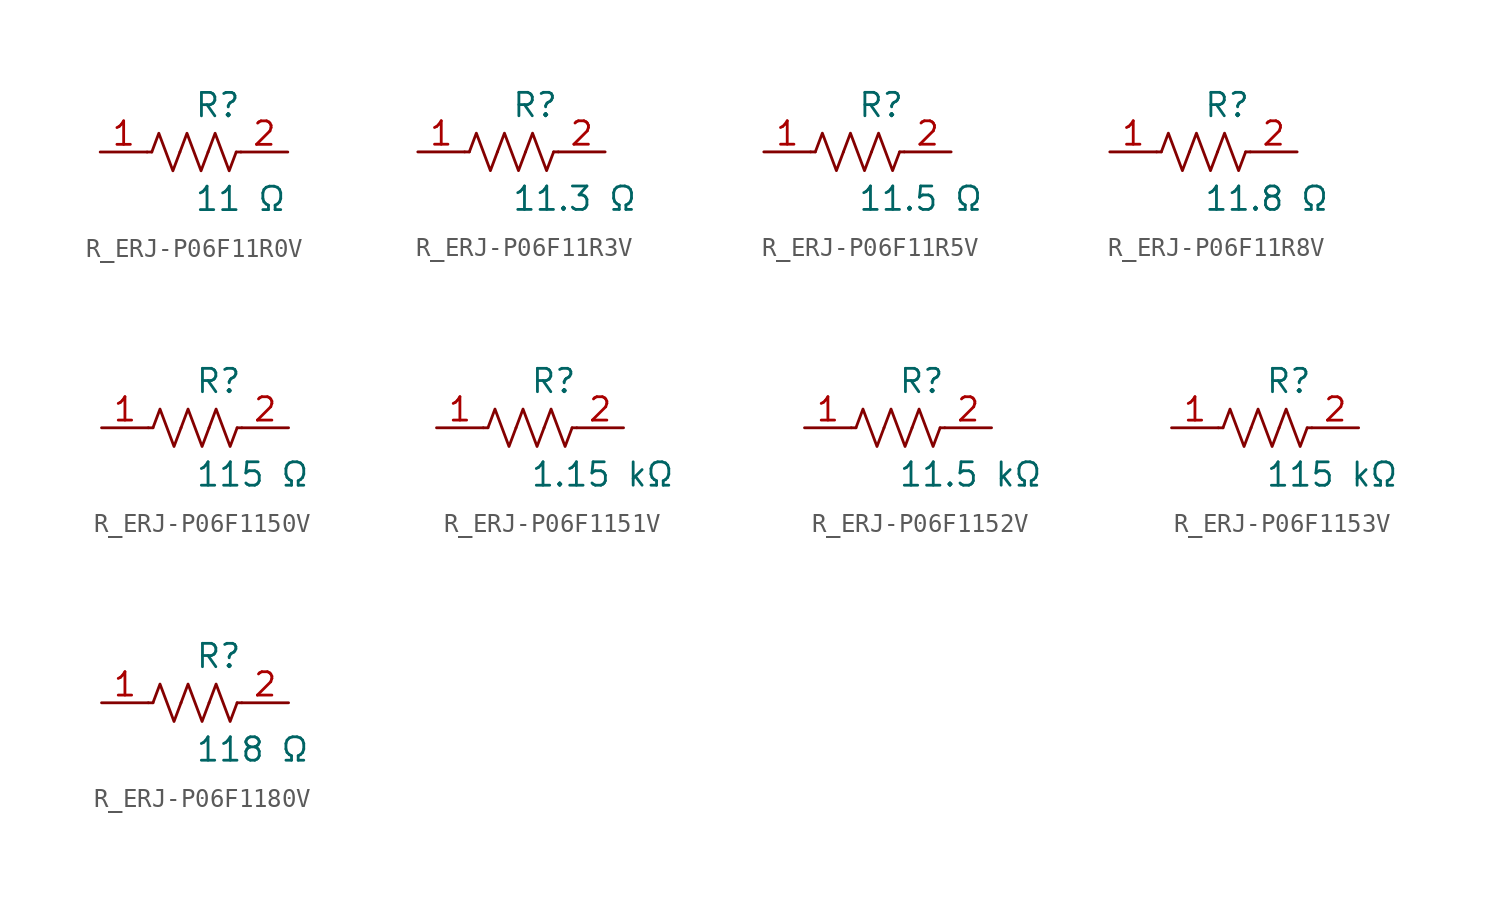
<source format=kicad_sym>
(kicad_symbol_lib
  (version 20231120)
  (generator kicad_symbol_editor)
  (generator_version 8.0)
  (symbol "R_ERJ-P06F11R0V"
    (pin_names
      (offset 0.254))
    (property "Reference" "R"
      (at 0 2.54 0)
      (effects (font (size 1.27 1.27)) (justify left)))
    (property "Value" "11 Ω"
      (at 0 -2.54 0)
      (effects (font (size 1.27 1.27)) (justify left)))
    (symbol "R_ERJ-P06F11R0V_0_1"
      (polyline (pts (xy 2.286 0) (xy 2.54 0)) (stroke (width 0) (type default)) (fill (type none)))
      (polyline (pts (xy -2.286 0) (xy -2.54 0)) (stroke (width 0) (type default)) (fill (type none)))
      (polyline (pts (xy 0.762 0) (xy 1.143 1.016) (xy 1.524 0) (xy 1.905 -1.016) (xy 2.286 0)) (stroke (width 0) (type default)) (fill (type none)))
      (polyline (pts (xy -0.762 0) (xy -0.381 1.016) (xy 0 0) (xy 0.381 -1.016) (xy 0.762 0)) (stroke (width 0) (type default)) (fill (type none)))
      (polyline (pts (xy -2.286 0) (xy -1.905 1.016) (xy -1.524 0) (xy -1.143 -1.016) (xy -0.762 0)) (stroke (width 0) (type default)) (fill (type none))))
    (pin passive line
      (at -5.08 0 0)
      (length 2.54)
      (name "" (effects (font (size 1.27 1.27))))
      (number "1" (effects (font (size 1.27 1.27)))))
    (pin passive line
      (at 5.08 0 180)
      (length 2.54)
      (name "" (effects (font (size 1.27 1.27))))
      (number "2" (effects (font (size 1.27 1.27))))))
  (symbol "R_ERJ-P06F11R3V"
    (pin_names
      (offset 0.254))
    (property "Reference" "R"
      (at 0 2.54 0)
      (effects (font (size 1.27 1.27)) (justify left)))
    (property "Value" "11.3 Ω"
      (at 0 -2.54 0)
      (effects (font (size 1.27 1.27)) (justify left)))
    (symbol "R_ERJ-P06F11R3V_0_1"
      (polyline (pts (xy 2.286 0) (xy 2.54 0)) (stroke (width 0) (type default)) (fill (type none)))
      (polyline (pts (xy -2.286 0) (xy -2.54 0)) (stroke (width 0) (type default)) (fill (type none)))
      (polyline (pts (xy 0.762 0) (xy 1.143 1.016) (xy 1.524 0) (xy 1.905 -1.016) (xy 2.286 0)) (stroke (width 0) (type default)) (fill (type none)))
      (polyline (pts (xy -0.762 0) (xy -0.381 1.016) (xy 0 0) (xy 0.381 -1.016) (xy 0.762 0)) (stroke (width 0) (type default)) (fill (type none)))
      (polyline (pts (xy -2.286 0) (xy -1.905 1.016) (xy -1.524 0) (xy -1.143 -1.016) (xy -0.762 0)) (stroke (width 0) (type default)) (fill (type none))))
    (pin passive line
      (at -5.08 0 0)
      (length 2.54)
      (name "" (effects (font (size 1.27 1.27))))
      (number "1" (effects (font (size 1.27 1.27)))))
    (pin passive line
      (at 5.08 0 180)
      (length 2.54)
      (name "" (effects (font (size 1.27 1.27))))
      (number "2" (effects (font (size 1.27 1.27))))))
  (symbol "R_ERJ-P06F11R5V"
    (pin_names
      (offset 0.254))
    (property "Reference" "R"
      (at 0 2.54 0)
      (effects (font (size 1.27 1.27)) (justify left)))
    (property "Value" "11.5 Ω"
      (at 0 -2.54 0)
      (effects (font (size 1.27 1.27)) (justify left)))
    (symbol "R_ERJ-P06F11R5V_0_1"
      (polyline (pts (xy 2.286 0) (xy 2.54 0)) (stroke (width 0) (type default)) (fill (type none)))
      (polyline (pts (xy -2.286 0) (xy -2.54 0)) (stroke (width 0) (type default)) (fill (type none)))
      (polyline (pts (xy 0.762 0) (xy 1.143 1.016) (xy 1.524 0) (xy 1.905 -1.016) (xy 2.286 0)) (stroke (width 0) (type default)) (fill (type none)))
      (polyline (pts (xy -0.762 0) (xy -0.381 1.016) (xy 0 0) (xy 0.381 -1.016) (xy 0.762 0)) (stroke (width 0) (type default)) (fill (type none)))
      (polyline (pts (xy -2.286 0) (xy -1.905 1.016) (xy -1.524 0) (xy -1.143 -1.016) (xy -0.762 0)) (stroke (width 0) (type default)) (fill (type none))))
    (pin passive line
      (at -5.08 0 0)
      (length 2.54)
      (name "" (effects (font (size 1.27 1.27))))
      (number "1" (effects (font (size 1.27 1.27)))))
    (pin passive line
      (at 5.08 0 180)
      (length 2.54)
      (name "" (effects (font (size 1.27 1.27))))
      (number "2" (effects (font (size 1.27 1.27))))))
  (symbol "R_ERJ-P06F11R8V"
    (pin_names
      (offset 0.254))
    (property "Reference" "R"
      (at 0 2.54 0)
      (effects (font (size 1.27 1.27)) (justify left)))
    (property "Value" "11.8 Ω"
      (at 0 -2.54 0)
      (effects (font (size 1.27 1.27)) (justify left)))
    (symbol "R_ERJ-P06F11R8V_0_1"
      (polyline (pts (xy 2.286 0) (xy 2.54 0)) (stroke (width 0) (type default)) (fill (type none)))
      (polyline (pts (xy -2.286 0) (xy -2.54 0)) (stroke (width 0) (type default)) (fill (type none)))
      (polyline (pts (xy 0.762 0) (xy 1.143 1.016) (xy 1.524 0) (xy 1.905 -1.016) (xy 2.286 0)) (stroke (width 0) (type default)) (fill (type none)))
      (polyline (pts (xy -0.762 0) (xy -0.381 1.016) (xy 0 0) (xy 0.381 -1.016) (xy 0.762 0)) (stroke (width 0) (type default)) (fill (type none)))
      (polyline (pts (xy -2.286 0) (xy -1.905 1.016) (xy -1.524 0) (xy -1.143 -1.016) (xy -0.762 0)) (stroke (width 0) (type default)) (fill (type none))))
    (pin passive line
      (at -5.08 0 0)
      (length 2.54)
      (name "" (effects (font (size 1.27 1.27))))
      (number "1" (effects (font (size 1.27 1.27)))))
    (pin passive line
      (at 5.08 0 180)
      (length 2.54)
      (name "" (effects (font (size 1.27 1.27))))
      (number "2" (effects (font (size 1.27 1.27))))))
  (symbol "R_ERJ-P06F1150V"
    (pin_names
      (offset 0.254))
    (property "Reference" "R"
      (at 0 2.54 0)
      (effects (font (size 1.27 1.27)) (justify left)))
    (property "Value" "115 Ω"
      (at 0 -2.54 0)
      (effects (font (size 1.27 1.27)) (justify left)))
    (symbol "R_ERJ-P06F1150V_0_1"
      (polyline (pts (xy 2.286 0) (xy 2.54 0)) (stroke (width 0) (type default)) (fill (type none)))
      (polyline (pts (xy -2.286 0) (xy -2.54 0)) (stroke (width 0) (type default)) (fill (type none)))
      (polyline (pts (xy 0.762 0) (xy 1.143 1.016) (xy 1.524 0) (xy 1.905 -1.016) (xy 2.286 0)) (stroke (width 0) (type default)) (fill (type none)))
      (polyline (pts (xy -0.762 0) (xy -0.381 1.016) (xy 0 0) (xy 0.381 -1.016) (xy 0.762 0)) (stroke (width 0) (type default)) (fill (type none)))
      (polyline (pts (xy -2.286 0) (xy -1.905 1.016) (xy -1.524 0) (xy -1.143 -1.016) (xy -0.762 0)) (stroke (width 0) (type default)) (fill (type none))))
    (pin passive line
      (at -5.08 0 0)
      (length 2.54)
      (name "" (effects (font (size 1.27 1.27))))
      (number "1" (effects (font (size 1.27 1.27)))))
    (pin passive line
      (at 5.08 0 180)
      (length 2.54)
      (name "" (effects (font (size 1.27 1.27))))
      (number "2" (effects (font (size 1.27 1.27))))))
  (symbol "R_ERJ-P06F1151V"
    (pin_names
      (offset 0.254))
    (property "Reference" "R"
      (at 0 2.54 0)
      (effects (font (size 1.27 1.27)) (justify left)))
    (property "Value" "1.15 kΩ"
      (at 0 -2.54 0)
      (effects (font (size 1.27 1.27)) (justify left)))
    (symbol "R_ERJ-P06F1151V_0_1"
      (polyline (pts (xy 2.286 0) (xy 2.54 0)) (stroke (width 0) (type default)) (fill (type none)))
      (polyline (pts (xy -2.286 0) (xy -2.54 0)) (stroke (width 0) (type default)) (fill (type none)))
      (polyline (pts (xy 0.762 0) (xy 1.143 1.016) (xy 1.524 0) (xy 1.905 -1.016) (xy 2.286 0)) (stroke (width 0) (type default)) (fill (type none)))
      (polyline (pts (xy -0.762 0) (xy -0.381 1.016) (xy 0 0) (xy 0.381 -1.016) (xy 0.762 0)) (stroke (width 0) (type default)) (fill (type none)))
      (polyline (pts (xy -2.286 0) (xy -1.905 1.016) (xy -1.524 0) (xy -1.143 -1.016) (xy -0.762 0)) (stroke (width 0) (type default)) (fill (type none))))
    (pin passive line
      (at -5.08 0 0)
      (length 2.54)
      (name "" (effects (font (size 1.27 1.27))))
      (number "1" (effects (font (size 1.27 1.27)))))
    (pin passive line
      (at 5.08 0 180)
      (length 2.54)
      (name "" (effects (font (size 1.27 1.27))))
      (number "2" (effects (font (size 1.27 1.27))))))
  (symbol "R_ERJ-P06F1152V"
    (pin_names
      (offset 0.254))
    (property "Reference" "R"
      (at 0 2.54 0)
      (effects (font (size 1.27 1.27)) (justify left)))
    (property "Value" "11.5 kΩ"
      (at 0 -2.54 0)
      (effects (font (size 1.27 1.27)) (justify left)))
    (symbol "R_ERJ-P06F1152V_0_1"
      (polyline (pts (xy 2.286 0) (xy 2.54 0)) (stroke (width 0) (type default)) (fill (type none)))
      (polyline (pts (xy -2.286 0) (xy -2.54 0)) (stroke (width 0) (type default)) (fill (type none)))
      (polyline (pts (xy 0.762 0) (xy 1.143 1.016) (xy 1.524 0) (xy 1.905 -1.016) (xy 2.286 0)) (stroke (width 0) (type default)) (fill (type none)))
      (polyline (pts (xy -0.762 0) (xy -0.381 1.016) (xy 0 0) (xy 0.381 -1.016) (xy 0.762 0)) (stroke (width 0) (type default)) (fill (type none)))
      (polyline (pts (xy -2.286 0) (xy -1.905 1.016) (xy -1.524 0) (xy -1.143 -1.016) (xy -0.762 0)) (stroke (width 0) (type default)) (fill (type none))))
    (pin passive line
      (at -5.08 0 0)
      (length 2.54)
      (name "" (effects (font (size 1.27 1.27))))
      (number "1" (effects (font (size 1.27 1.27)))))
    (pin passive line
      (at 5.08 0 180)
      (length 2.54)
      (name "" (effects (font (size 1.27 1.27))))
      (number "2" (effects (font (size 1.27 1.27))))))
  (symbol "R_ERJ-P06F1153V"
    (pin_names
      (offset 0.254))
    (property "Reference" "R"
      (at 0 2.54 0)
      (effects (font (size 1.27 1.27)) (justify left)))
    (property "Value" "115 kΩ"
      (at 0 -2.54 0)
      (effects (font (size 1.27 1.27)) (justify left)))
    (symbol "R_ERJ-P06F1153V_0_1"
      (polyline (pts (xy 2.286 0) (xy 2.54 0)) (stroke (width 0) (type default)) (fill (type none)))
      (polyline (pts (xy -2.286 0) (xy -2.54 0)) (stroke (width 0) (type default)) (fill (type none)))
      (polyline (pts (xy 0.762 0) (xy 1.143 1.016) (xy 1.524 0) (xy 1.905 -1.016) (xy 2.286 0)) (stroke (width 0) (type default)) (fill (type none)))
      (polyline (pts (xy -0.762 0) (xy -0.381 1.016) (xy 0 0) (xy 0.381 -1.016) (xy 0.762 0)) (stroke (width 0) (type default)) (fill (type none)))
      (polyline (pts (xy -2.286 0) (xy -1.905 1.016) (xy -1.524 0) (xy -1.143 -1.016) (xy -0.762 0)) (stroke (width 0) (type default)) (fill (type none))))
    (pin passive line
      (at -5.08 0 0)
      (length 2.54)
      (name "" (effects (font (size 1.27 1.27))))
      (number "1" (effects (font (size 1.27 1.27)))))
    (pin passive line
      (at 5.08 0 180)
      (length 2.54)
      (name "" (effects (font (size 1.27 1.27))))
      (number "2" (effects (font (size 1.27 1.27))))))
  (symbol "R_ERJ-P06F1180V"
    (pin_names
      (offset 0.254))
    (property "Reference" "R"
      (at 0 2.54 0)
      (effects (font (size 1.27 1.27)) (justify left)))
    (property "Value" "118 Ω"
      (at 0 -2.54 0)
      (effects (font (size 1.27 1.27)) (justify left)))
    (symbol "R_ERJ-P06F1180V_0_1"
      (polyline (pts (xy 2.286 0) (xy 2.54 0)) (stroke (width 0) (type default)) (fill (type none)))
      (polyline (pts (xy -2.286 0) (xy -2.54 0)) (stroke (width 0) (type default)) (fill (type none)))
      (polyline (pts (xy 0.762 0) (xy 1.143 1.016) (xy 1.524 0) (xy 1.905 -1.016) (xy 2.286 0)) (stroke (width 0) (type default)) (fill (type none)))
      (polyline (pts (xy -0.762 0) (xy -0.381 1.016) (xy 0 0) (xy 0.381 -1.016) (xy 0.762 0)) (stroke (width 0) (type default)) (fill (type none)))
      (polyline (pts (xy -2.286 0) (xy -1.905 1.016) (xy -1.524 0) (xy -1.143 -1.016) (xy -0.762 0)) (stroke (width 0) (type default)) (fill (type none))))
    (pin passive line
      (at -5.08 0 0)
      (length 2.54)
      (name "" (effects (font (size 1.27 1.27))))
      (number "1" (effects (font (size 1.27 1.27)))))
    (pin passive line
      (at 5.08 0 180)
      (length 2.54)
      (name "" (effects (font (size 1.27 1.27))))
      (number "2" (effects (font (size 1.27 1.27)))))))
</source>
